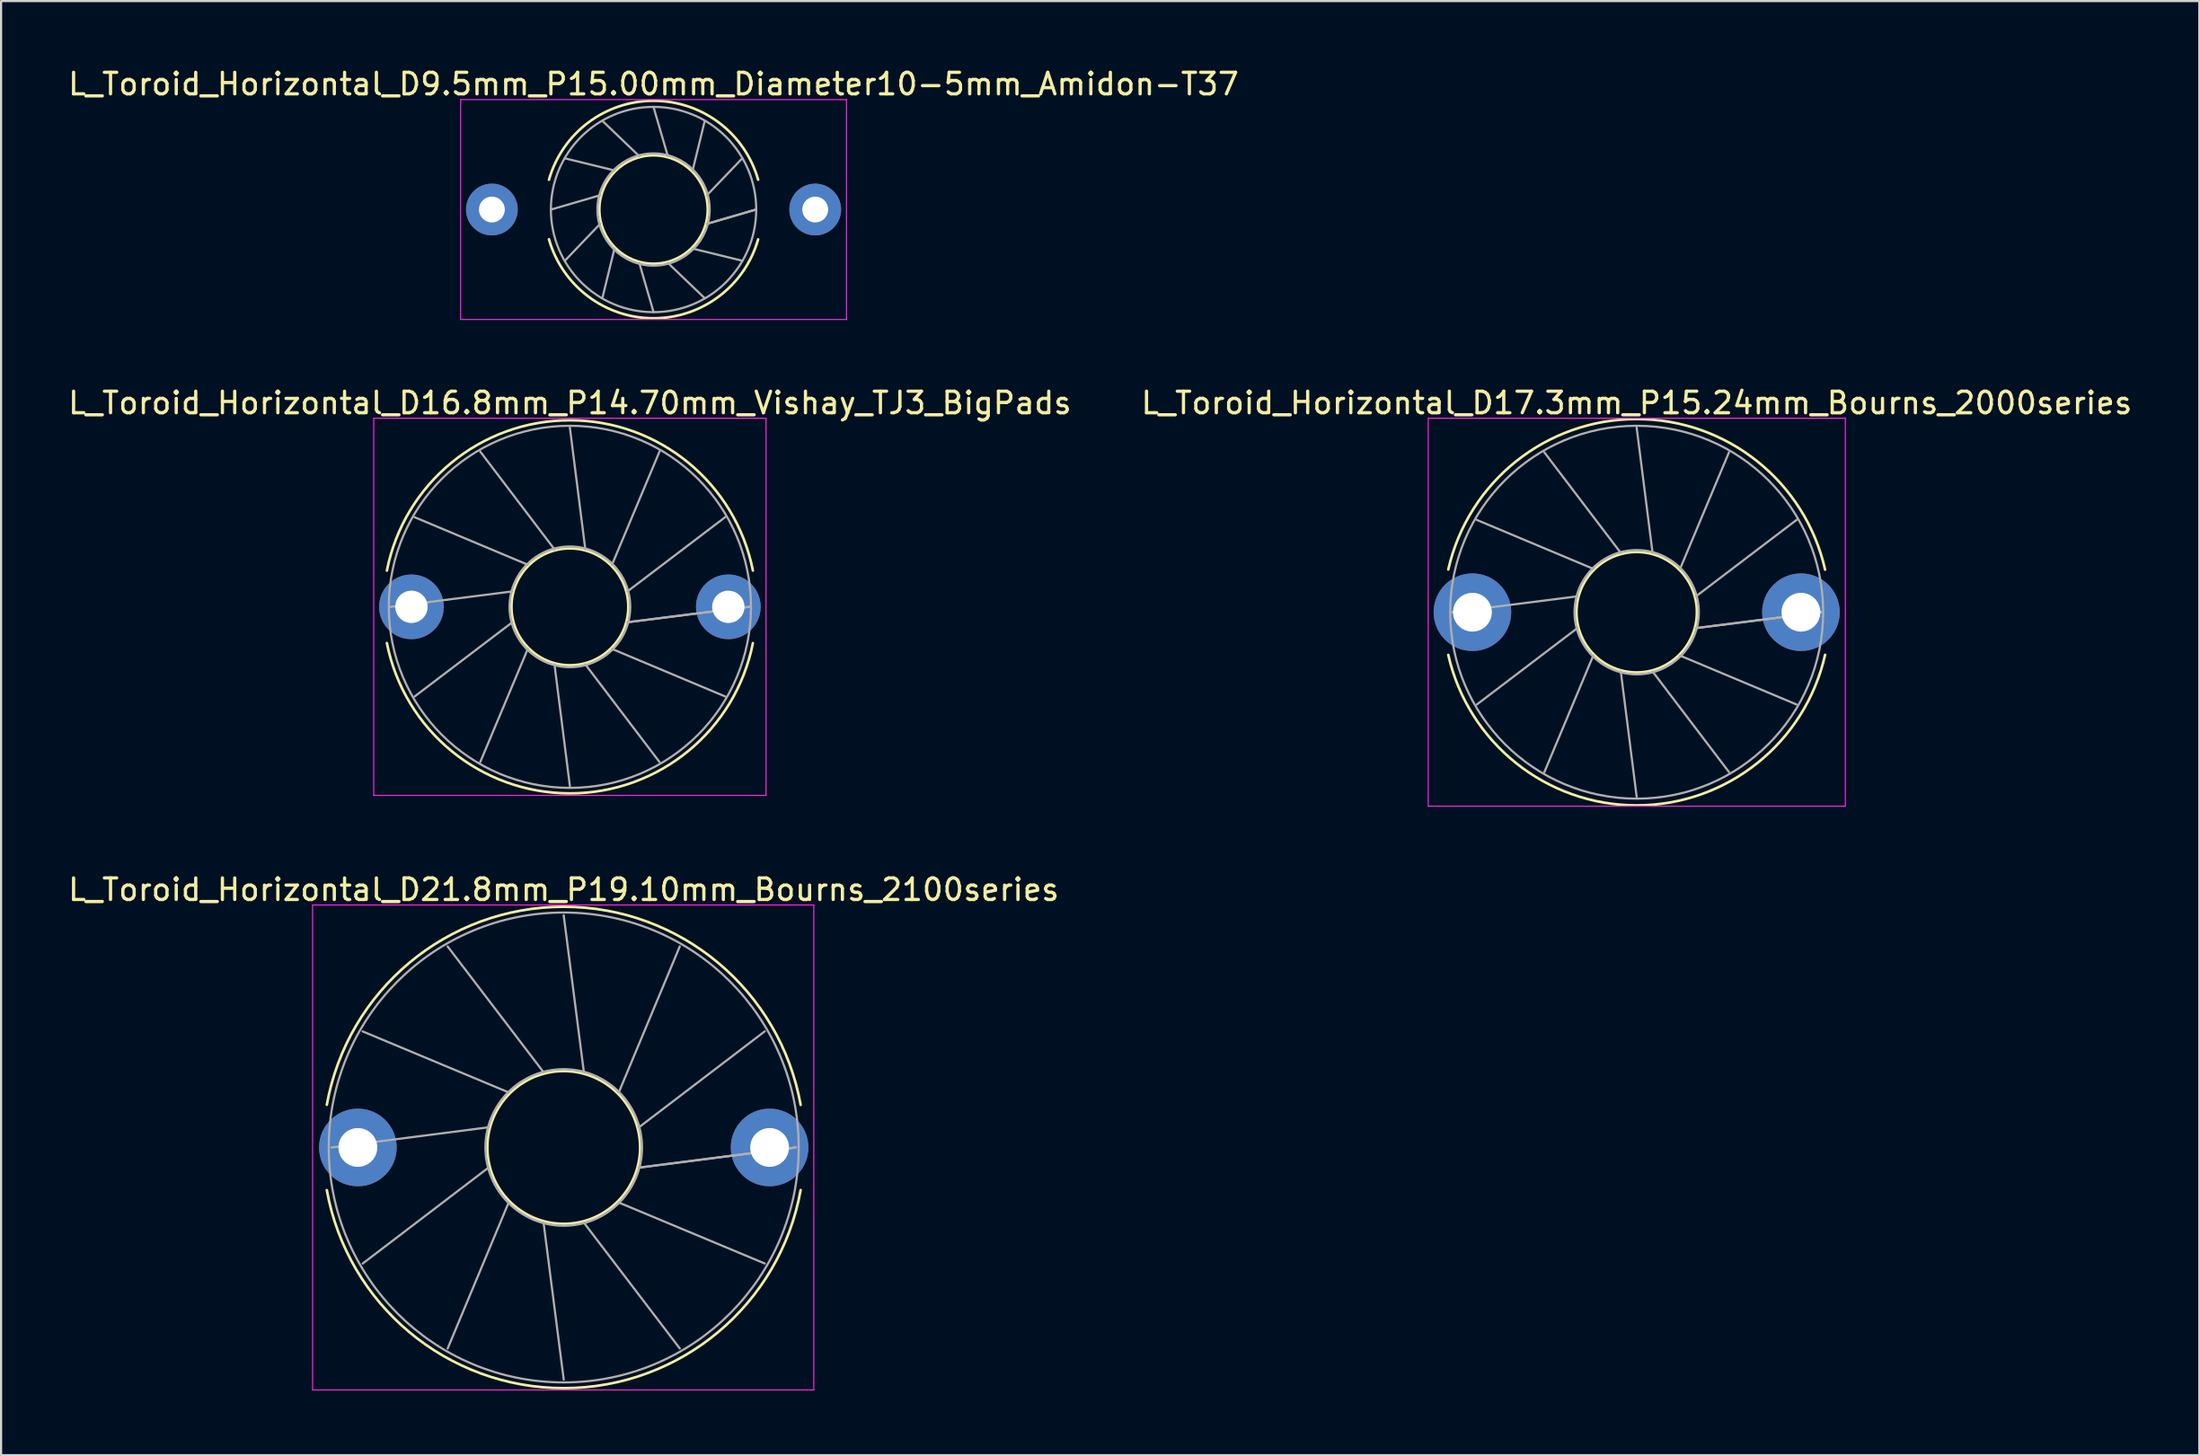
<source format=kicad_pcb>
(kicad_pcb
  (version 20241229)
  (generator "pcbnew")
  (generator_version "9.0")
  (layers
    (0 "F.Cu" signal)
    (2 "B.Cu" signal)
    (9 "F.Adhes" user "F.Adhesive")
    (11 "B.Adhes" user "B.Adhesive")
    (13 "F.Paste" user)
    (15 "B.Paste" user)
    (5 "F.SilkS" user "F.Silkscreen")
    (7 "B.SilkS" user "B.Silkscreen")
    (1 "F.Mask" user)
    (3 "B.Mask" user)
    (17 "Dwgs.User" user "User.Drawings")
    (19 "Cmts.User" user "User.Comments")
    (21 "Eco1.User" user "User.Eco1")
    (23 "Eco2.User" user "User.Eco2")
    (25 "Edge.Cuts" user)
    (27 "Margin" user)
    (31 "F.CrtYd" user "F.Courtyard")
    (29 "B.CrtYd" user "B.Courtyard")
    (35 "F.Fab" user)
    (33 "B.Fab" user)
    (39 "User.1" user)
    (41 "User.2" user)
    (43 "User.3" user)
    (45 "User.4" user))
  (footprint "L_Toroid_Horizontal_D16.8mm_P14.70mm_Vishay_TJ3_BigPads"
    (layer "F.Cu")
    (at 16.037 25.104)
    (property "Reference" "L_Toroid_Horizontal_D16.8mm_P14.70mm_Vishay_TJ3_BigPads" (at 7.35 -9.46 0) (layer "F.SilkS") (effects (font (size 1 1) (thickness 0.15))))
    (attr through_hole)
    (fp_arc (start -1.14 -1.68) (mid 7.348955 -8.654623) (end 15.839594 -1.68205) (stroke (width 0.12) (type solid)) (layer "F.SilkS"))
    (fp_arc (start 15.839594 1.68205) (mid 7.348955 8.654623) (end -1.14 1.68) (stroke (width 0.12) (type solid)) (layer "F.SilkS"))
    (fp_circle (center 7.35 0) (end 10.06 0) (stroke (width 0.12) (type solid)) (fill no) (layer "F.SilkS"))
    (fp_line (start -1.75 -8.75) (end -1.75 8.75) (stroke (width 0.05) (type solid)) (layer "F.CrtYd"))
    (fp_line (start -1.75 8.75) (end 16.45 8.75) (stroke (width 0.05) (type solid)) (layer "F.CrtYd"))
    (fp_line (start 16.45 -8.75) (end -1.75 -8.75) (stroke (width 0.05) (type solid)) (layer "F.CrtYd"))
    (fp_line (start 16.45 8.75) (end 16.45 -8.75) (stroke (width 0.05) (type solid)) (layer "F.CrtYd"))
    (fp_line (start -0.97 0.001) (end 4.68 -0.715) (stroke (width 0.1) (type solid)) (layer "F.Fab"))
    (fp_line (start 0.144 -4.159) (end 5.395 -1.954) (stroke (width 0.1) (type solid)) (layer "F.Fab"))
    (fp_line (start 0.145 4.161) (end 4.68 0.716) (stroke (width 0.1) (type solid)) (layer "F.Fab"))
    (fp_line (start 3.189 -7.205) (end 6.634 -2.67) (stroke (width 0.1) (type solid)) (layer "F.Fab"))
    (fp_line (start 3.19 7.206) (end 5.396 1.955) (stroke (width 0.1) (type solid)) (layer "F.Fab"))
    (fp_line (start 7.349 -8.32) (end 8.065 -2.67) (stroke (width 0.1) (type solid)) (layer "F.Fab"))
    (fp_line (start 7.35 8.32) (end 6.635 2.67) (stroke (width 0.1) (type solid)) (layer "F.Fab"))
    (fp_line (start 11.509 -7.206) (end 9.304 -1.955) (stroke (width 0.1) (type solid)) (layer "F.Fab"))
    (fp_line (start 11.51 7.205) (end 8.066 2.67) (stroke (width 0.1) (type solid)) (layer "F.Fab"))
    (fp_line (start 14.555 -4.161) (end 10.02 -0.716) (stroke (width 0.1) (type solid)) (layer "F.Fab"))
    (fp_line (start 14.556 4.16) (end 9.305 1.955) (stroke (width 0.1) (type solid)) (layer "F.Fab"))
    (fp_line (start 15.67 -0.002) (end 10.02 0.715) (stroke (width 0.1) (type solid)) (layer "F.Fab"))
    (fp_line (start 15.67 0) (end 10.02 0.715) (stroke (width 0.1) (type solid)) (layer "F.Fab"))
    (fp_circle (center 7.35 0) (end 10.15 0) (stroke (width 0.1) (type solid)) (fill no) (layer "F.Fab"))
    (fp_circle (center 7.35 0) (end 15.75 0) (stroke (width 0.1) (type solid)) (fill no) (layer "F.Fab"))
    (pad "1" thru_hole circle (at 0 0) (size 3 3) (drill 1.5) (layers "*.Cu" "*.Mask"))
    (pad "2" thru_hole circle (at 14.7 0) (size 3 3) (drill 1.5) (layers "*.Cu" "*.Mask")))
  (footprint "L_Toroid_Horizontal_D17.3mm_P15.24mm_Bourns_2000series"
    (layer "F.Cu")
    (at 65.255 25.354)
    (property "Reference" "L_Toroid_Horizontal_D17.3mm_P15.24mm_Bourns_2000series" (at 7.62 -9.71 0) (layer "F.SilkS") (effects (font (size 1 1) (thickness 0.15))))
    (attr through_hole)
    (fp_arc (start -1.12 -1.98) (mid 7.622282 -8.961473) (end 16.361007 -1.975548) (stroke (width 0.12) (type solid)) (layer "F.SilkS"))
    (fp_arc (start 16.361007 1.975548) (mid 7.622282 8.961472) (end -1.12 1.98) (stroke (width 0.12) (type solid)) (layer "F.SilkS"))
    (fp_circle (center 7.62 0) (end 10.413 0) (stroke (width 0.12) (type solid)) (fill no) (layer "F.SilkS"))
    (fp_line (start -2.05 -9) (end -2.05 9) (stroke (width 0.05) (type solid)) (layer "F.CrtYd"))
    (fp_line (start -2.05 9) (end 17.3 9) (stroke (width 0.05) (type solid)) (layer "F.CrtYd"))
    (fp_line (start 17.3 -9) (end -2.05 -9) (stroke (width 0.05) (type solid)) (layer "F.CrtYd"))
    (fp_line (start 17.3 9) (end 17.3 -9) (stroke (width 0.05) (type solid)) (layer "F.CrtYd"))
    (fp_line (start -0.945 0.001) (end 4.868 -0.737) (stroke (width 0.1) (type solid)) (layer "F.Fab"))
    (fp_line (start 0.202 -4.282) (end 5.605 -2.014) (stroke (width 0.1) (type solid)) (layer "F.Fab"))
    (fp_line (start 0.203 4.283) (end 4.868 0.738) (stroke (width 0.1) (type solid)) (layer "F.Fab"))
    (fp_line (start 3.336 -7.417) (end 6.882 -2.752) (stroke (width 0.1) (type solid)) (layer "F.Fab"))
    (fp_line (start 3.338 7.418) (end 5.605 2.015) (stroke (width 0.1) (type solid)) (layer "F.Fab"))
    (fp_line (start 7.619 -8.565) (end 8.357 -2.752) (stroke (width 0.1) (type solid)) (layer "F.Fab"))
    (fp_line (start 7.62 8.565) (end 6.883 2.752) (stroke (width 0.1) (type solid)) (layer "F.Fab"))
    (fp_line (start 11.901 -7.418) (end 9.634 -2.015) (stroke (width 0.1) (type solid)) (layer "F.Fab"))
    (fp_line (start 11.903 7.418) (end 8.358 2.752) (stroke (width 0.1) (type solid)) (layer "F.Fab"))
    (fp_line (start 15.037 -4.284) (end 10.372 -0.738) (stroke (width 0.1) (type solid)) (layer "F.Fab"))
    (fp_line (start 15.038 4.282) (end 9.635 2.015) (stroke (width 0.1) (type solid)) (layer "F.Fab"))
    (fp_line (start 16.185 -0.002) (end 10.372 0.737) (stroke (width 0.1) (type solid)) (layer "F.Fab"))
    (fp_line (start 16.185 0) (end 10.372 0.737) (stroke (width 0.1) (type solid)) (layer "F.Fab"))
    (fp_circle (center 7.62 0) (end 10.503 0) (stroke (width 0.1) (type solid)) (fill no) (layer "F.Fab"))
    (fp_circle (center 7.62 0) (end 16.27 0) (stroke (width 0.1) (type solid)) (fill no) (layer "F.Fab"))
    (pad "1" thru_hole circle (at 0 0) (size 3.6 3.6) (drill 1.8) (layers "*.Cu" "*.Mask"))
    (pad "2" thru_hole circle (at 15.24 0) (size 3.6 3.6) (drill 1.8) (layers "*.Cu" "*.Mask")))
  (footprint "L_Toroid_Horizontal_D9.5mm_P15.00mm_Diameter10-5mm_Amidon-T37"
    (layer "F.Cu")
    (at 19.768 6.671)
    (property "Reference" "L_Toroid_Horizontal_D9.5mm_P15.00mm_Diameter10-5mm_Amidon-T37" (at 7.5 -5.822 0) (layer "F.SilkS") (effects (font (size 1 1) (thickness 0.15))))
    (attr through_hole)
    (fp_arc (start 2.6475 -1.38) (mid 7.497816 -5.044913) (end 12.351303 -1.384201) (stroke (width 0.12) (type solid)) (layer "F.SilkS"))
    (fp_arc (start 12.351303 1.384201) (mid 7.497816 5.044913) (end 2.6475 1.38) (stroke (width 0.12) (type solid)) (layer "F.SilkS"))
    (fp_circle (center 7.5 0) (end 10.014 0) (stroke (width 0.12) (type solid)) (fill no) (layer "F.SilkS"))
    (fp_line (start -1.45 -5.1) (end -1.45 5.1) (stroke (width 0.05) (type solid)) (layer "F.CrtYd"))
    (fp_line (start -1.45 5.1) (end 16.45 5.1) (stroke (width 0.05) (type solid)) (layer "F.CrtYd"))
    (fp_line (start 16.45 -5.1) (end -1.45 -5.1) (stroke (width 0.05) (type solid)) (layer "F.CrtYd"))
    (fp_line (start 16.45 5.1) (end 16.45 -5.1) (stroke (width 0.05) (type solid)) (layer "F.CrtYd"))
    (fp_line (start 2.745 0.000441) (end 5.024 -0.663) (stroke (width 0.1) (type solid)) (layer "F.Fab"))
    (fp_line (start 3.381 -2.377) (end 5.687 -1.813) (stroke (width 0.1) (type solid)) (layer "F.Fab"))
    (fp_line (start 3.382 2.378) (end 5.024 0.664) (stroke (width 0.1) (type solid)) (layer "F.Fab"))
    (fp_line (start 5.122 -4.118) (end 6.836 -2.476) (stroke (width 0.1) (type solid)) (layer "F.Fab"))
    (fp_line (start 5.123 4.118) (end 5.687 1.813) (stroke (width 0.1) (type solid)) (layer "F.Fab"))
    (fp_line (start 7.499 -4.755) (end 8.163 -2.477) (stroke (width 0.1) (type solid)) (layer "F.Fab"))
    (fp_line (start 7.5 4.755) (end 6.837 2.476) (stroke (width 0.1) (type solid)) (layer "F.Fab"))
    (fp_line (start 9.877 -4.119) (end 9.313 -1.813) (stroke (width 0.1) (type solid)) (layer "F.Fab"))
    (fp_line (start 9.878 4.118) (end 8.164 2.476) (stroke (width 0.1) (type solid)) (layer "F.Fab"))
    (fp_line (start 11.618 -2.378) (end 9.976 -0.664) (stroke (width 0.1) (type solid)) (layer "F.Fab"))
    (fp_line (start 11.618 2.378) (end 9.313 1.813) (stroke (width 0.1) (type solid)) (layer "F.Fab"))
    (fp_line (start 12.255 -0.001) (end 9.977 0.663) (stroke (width 0.1) (type solid)) (layer "F.Fab"))
    (fp_line (start 12.255 0) (end 9.976 0.664) (stroke (width 0.1) (type solid)) (layer "F.Fab"))
    (fp_circle (center 7.5 0) (end 10.104 0) (stroke (width 0.1) (type solid)) (fill no) (layer "F.Fab"))
    (fp_circle (center 7.5 0) (end 12.262 0) (stroke (width 0.1) (type solid)) (fill no) (layer "F.Fab"))
    (pad "1" thru_hole circle (at 0 0) (size 2.4 2.4) (drill 1.2) (layers "*.Cu" "*.Mask"))
    (pad "2" thru_hole circle (at 15 0) (size 2.4 2.4) (drill 1.2) (layers "*.Cu" "*.Mask")))
  (footprint "L_Toroid_Horizontal_D21.8mm_P19.10mm_Bourns_2100series"
    (layer "F.Cu")
    (at 13.551 50.187)
    (property "Reference" "L_Toroid_Horizontal_D21.8mm_P19.10mm_Bourns_2100series" (at 9.55 -11.96 0) (layer "F.SilkS") (effects (font (size 1 1) (thickness 0.15))))
    (attr through_hole)
    (fp_arc (start -1.44 -1.98) (mid 9.552546 -11.166938) (end 20.540902 -1.974988) (stroke (width 0.12) (type solid)) (layer "F.SilkS"))
    (fp_arc (start 20.540902 1.974988) (mid 9.552546 11.166938) (end -1.44 1.98) (stroke (width 0.12) (type solid)) (layer "F.SilkS"))
    (fp_circle (center 9.55 0) (end 13.093 0) (stroke (width 0.12) (type solid)) (fill no) (layer "F.SilkS"))
    (fp_line (start -2.1 -11.25) (end -2.1 11.25) (stroke (width 0.05) (type solid)) (layer "F.CrtYd"))
    (fp_line (start -2.1 11.25) (end 21.15 11.25) (stroke (width 0.05) (type solid)) (layer "F.CrtYd"))
    (fp_line (start 21.15 -11.25) (end -2.1 -11.25) (stroke (width 0.05) (type solid)) (layer "F.CrtYd"))
    (fp_line (start 21.15 11.25) (end 21.15 -11.25) (stroke (width 0.05) (type solid)) (layer "F.CrtYd"))
    (fp_line (start -1.22 0.001) (end 6.059 -0.935) (stroke (width 0.1) (type solid)) (layer "F.Fab"))
    (fp_line (start 0.222 -5.384) (end 6.994 -2.555) (stroke (width 0.1) (type solid)) (layer "F.Fab"))
    (fp_line (start 0.223 5.386) (end 6.059 0.936) (stroke (width 0.1) (type solid)) (layer "F.Fab"))
    (fp_line (start 4.164 -9.327) (end 8.614 -3.491) (stroke (width 0.1) (type solid)) (layer "F.Fab"))
    (fp_line (start 4.165 9.328) (end 6.995 2.556) (stroke (width 0.1) (type solid)) (layer "F.Fab"))
    (fp_line (start 9.549 -10.77) (end 10.485 -3.491) (stroke (width 0.1) (type solid)) (layer "F.Fab"))
    (fp_line (start 9.55 10.77) (end 8.615 3.491) (stroke (width 0.1) (type solid)) (layer "F.Fab"))
    (fp_line (start 14.934 -9.328) (end 12.105 -2.556) (stroke (width 0.1) (type solid)) (layer "F.Fab"))
    (fp_line (start 14.935 9.327) (end 10.486 3.491) (stroke (width 0.1) (type solid)) (layer "F.Fab"))
    (fp_line (start 18.876 -5.387) (end 13.041 -0.936) (stroke (width 0.1) (type solid)) (layer "F.Fab"))
    (fp_line (start 18.877 5.385) (end 12.106 2.556) (stroke (width 0.1) (type solid)) (layer "F.Fab"))
    (fp_line (start 20.32 -0.002) (end 13.041 0.935) (stroke (width 0.1) (type solid)) (layer "F.Fab"))
    (fp_line (start 20.32 0) (end 13.041 0.935) (stroke (width 0.1) (type solid)) (layer "F.Fab"))
    (fp_circle (center 9.55 0) (end 13.183 0) (stroke (width 0.1) (type solid)) (fill no) (layer "F.Fab"))
    (fp_circle (center 9.55 0) (end 20.45 0) (stroke (width 0.1) (type solid)) (fill no) (layer "F.Fab"))
    (pad "1" thru_hole circle (at 0 0) (size 3.6 3.6) (drill 1.8) (layers "*.Cu" "*.Mask"))
    (pad "2" thru_hole circle (at 19.1 0) (size 3.6 3.6) (drill 1.8) (layers "*.Cu" "*.Mask")))
  (gr_rect
    (start -3 -3)
    (end 98.976 64.462)
    (stroke (width 0.1) (type default))
    (fill no)
    (layer "Edge.Cuts")))
</source>
